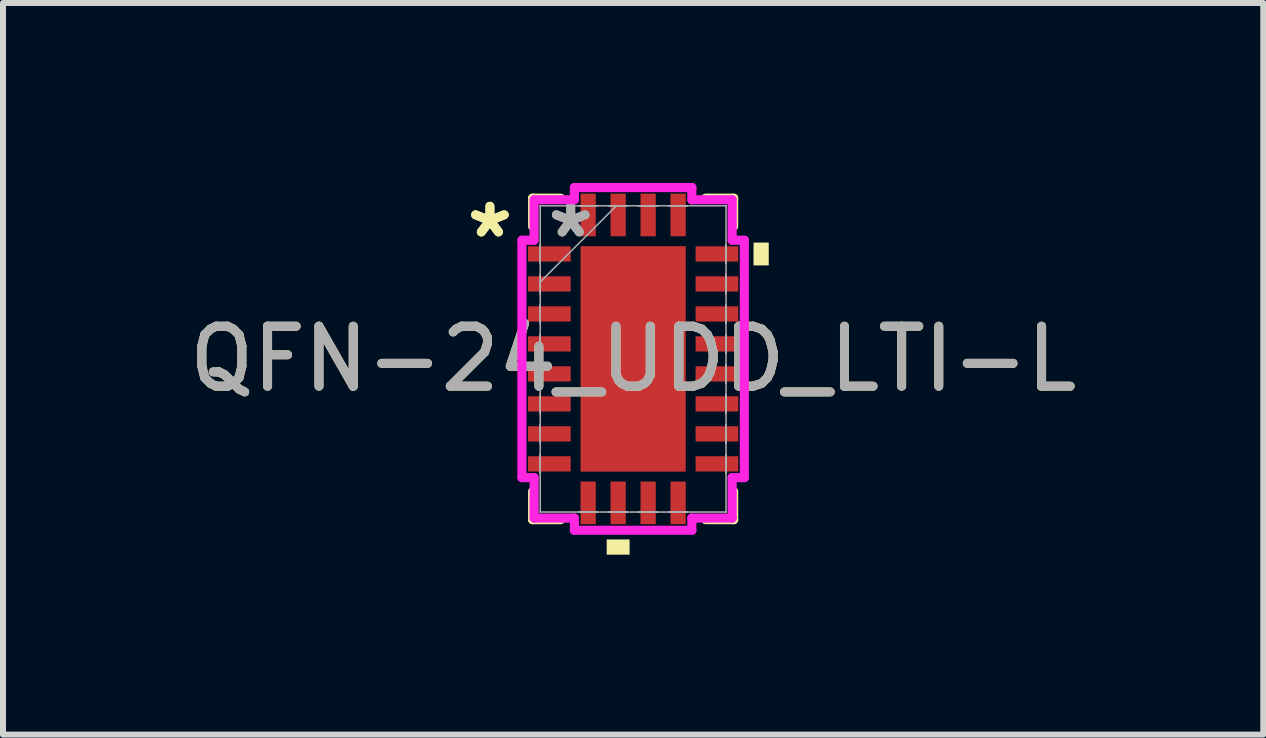
<source format=kicad_pcb>
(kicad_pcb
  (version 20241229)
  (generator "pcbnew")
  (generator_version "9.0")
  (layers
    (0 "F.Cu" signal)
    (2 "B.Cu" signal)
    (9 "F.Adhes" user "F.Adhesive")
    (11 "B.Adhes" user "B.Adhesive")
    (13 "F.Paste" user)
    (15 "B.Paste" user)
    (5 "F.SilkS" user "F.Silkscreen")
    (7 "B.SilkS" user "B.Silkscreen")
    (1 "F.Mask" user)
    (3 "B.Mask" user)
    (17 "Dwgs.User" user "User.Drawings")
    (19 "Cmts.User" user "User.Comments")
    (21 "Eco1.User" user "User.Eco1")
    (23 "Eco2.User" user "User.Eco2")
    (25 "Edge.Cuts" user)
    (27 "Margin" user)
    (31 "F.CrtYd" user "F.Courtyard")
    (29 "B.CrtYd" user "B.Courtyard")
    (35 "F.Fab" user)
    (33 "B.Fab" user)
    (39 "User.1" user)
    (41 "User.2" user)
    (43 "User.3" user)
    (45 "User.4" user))
  (footprint "QFN-24_UDD_LTI-L"
    (layer "F.Cu")
    (at 7.506 2.934)
    (property "Reference" "QFN-24_UDD_LTI-L" (at 0 0 0) (unlocked yes) (layer "F.SilkS") (effects (font (size 1 1) (thickness 0.15))))
    (attr smd)
    (fp_line (start -1.676 -2.68) (end -1.676 -2.21) (stroke (width 0.152) (type solid)) (layer "F.SilkS"))
    (fp_line (start -1.676 2.21) (end -1.676 2.68) (stroke (width 0.152) (type solid)) (layer "F.SilkS"))
    (fp_line (start -1.676 2.68) (end -1.21 2.68) (stroke (width 0.152) (type solid)) (layer "F.SilkS"))
    (fp_line (start -1.21 -2.68) (end -1.676 -2.68) (stroke (width 0.152) (type solid)) (layer "F.SilkS"))
    (fp_line (start 1.21 2.68) (end 1.676 2.68) (stroke (width 0.152) (type solid)) (layer "F.SilkS"))
    (fp_line (start 1.676 -2.68) (end 1.21 -2.68) (stroke (width 0.152) (type solid)) (layer "F.SilkS"))
    (fp_line (start 1.676 -2.21) (end 1.676 -2.68) (stroke (width 0.152) (type solid)) (layer "F.SilkS"))
    (fp_line (start 1.676 2.68) (end 1.676 2.21) (stroke (width 0.152) (type solid)) (layer "F.SilkS"))
    (fp_poly (pts (xy -0.441 3.01) (xy -0.441 3.264) (xy -0.059 3.264) (xy -0.059 3.01)) (stroke (width 0) (type solid)) (fill yes) (layer "F.SilkS"))
    (fp_poly (pts (xy 2.261 -1.94) (xy 2.261 -1.559) (xy 2.007 -1.559) (xy 2.007 -1.94)) (stroke (width 0) (type solid)) (fill yes) (layer "F.SilkS"))
    (fp_poly (pts (xy -0.776 -1.78) (xy -0.776 -0.1) (xy 0.776 -0.1) (xy 0.776 -1.78)) (stroke (width 0) (type solid)) (fill yes) (layer "F.Paste"))
    (fp_poly (pts (xy -0.776 0.1) (xy -0.776 1.78) (xy 0.776 1.78) (xy 0.776 0.1)) (stroke (width 0) (type solid)) (fill yes) (layer "F.Paste"))
    (fp_line (start -1.854 -1.979) (end -1.651 -1.979) (stroke (width 0.152) (type solid)) (layer "F.CrtYd"))
    (fp_line (start -1.854 1.979) (end -1.854 -1.979) (stroke (width 0.152) (type solid)) (layer "F.CrtYd"))
    (fp_line (start -1.651 -2.654) (end -0.979 -2.654) (stroke (width 0.152) (type solid)) (layer "F.CrtYd"))
    (fp_line (start -1.651 -1.979) (end -1.651 -2.654) (stroke (width 0.152) (type solid)) (layer "F.CrtYd"))
    (fp_line (start -1.651 1.979) (end -1.854 1.979) (stroke (width 0.152) (type solid)) (layer "F.CrtYd"))
    (fp_line (start -1.651 2.654) (end -1.651 1.979) (stroke (width 0.152) (type solid)) (layer "F.CrtYd"))
    (fp_line (start -0.979 -2.857) (end 0.979 -2.857) (stroke (width 0.152) (type solid)) (layer "F.CrtYd"))
    (fp_line (start -0.979 -2.654) (end -0.979 -2.857) (stroke (width 0.152) (type solid)) (layer "F.CrtYd"))
    (fp_line (start -0.979 2.654) (end -1.651 2.654) (stroke (width 0.152) (type solid)) (layer "F.CrtYd"))
    (fp_line (start -0.979 2.857) (end -0.979 2.654) (stroke (width 0.152) (type solid)) (layer "F.CrtYd"))
    (fp_line (start 0.979 -2.857) (end 0.979 -2.654) (stroke (width 0.152) (type solid)) (layer "F.CrtYd"))
    (fp_line (start 0.979 -2.654) (end 1.651 -2.654) (stroke (width 0.152) (type solid)) (layer "F.CrtYd"))
    (fp_line (start 0.979 2.654) (end 0.979 2.857) (stroke (width 0.152) (type solid)) (layer "F.CrtYd"))
    (fp_line (start 0.979 2.857) (end -0.979 2.857) (stroke (width 0.152) (type solid)) (layer "F.CrtYd"))
    (fp_line (start 1.651 -2.654) (end 1.651 -1.979) (stroke (width 0.152) (type solid)) (layer "F.CrtYd"))
    (fp_line (start 1.651 -1.979) (end 1.854 -1.979) (stroke (width 0.152) (type solid)) (layer "F.CrtYd"))
    (fp_line (start 1.651 1.979) (end 1.651 2.654) (stroke (width 0.152) (type solid)) (layer "F.CrtYd"))
    (fp_line (start 1.651 2.654) (end 0.979 2.654) (stroke (width 0.152) (type solid)) (layer "F.CrtYd"))
    (fp_line (start 1.854 -1.979) (end 1.854 1.979) (stroke (width 0.152) (type solid)) (layer "F.CrtYd"))
    (fp_line (start 1.854 1.979) (end 1.651 1.979) (stroke (width 0.152) (type solid)) (layer "F.CrtYd"))
    (fp_line (start -1.549 -2.553) (end -1.549 -2.553) (stroke (width 0.025) (type solid)) (layer "F.Fab"))
    (fp_line (start -1.549 -2.553) (end -1.549 2.553) (stroke (width 0.025) (type solid)) (layer "F.Fab"))
    (fp_line (start -1.549 -1.902) (end -1.549 -1.902) (stroke (width 0.025) (type solid)) (layer "F.Fab"))
    (fp_line (start -1.549 -1.902) (end -1.549 -1.598) (stroke (width 0.025) (type solid)) (layer "F.Fab"))
    (fp_line (start -1.549 -1.598) (end -1.549 -1.902) (stroke (width 0.025) (type solid)) (layer "F.Fab"))
    (fp_line (start -1.549 -1.598) (end -1.549 -1.598) (stroke (width 0.025) (type solid)) (layer "F.Fab"))
    (fp_line (start -1.549 -1.402) (end -1.549 -1.402) (stroke (width 0.025) (type solid)) (layer "F.Fab"))
    (fp_line (start -1.549 -1.402) (end -1.549 -1.098) (stroke (width 0.025) (type solid)) (layer "F.Fab"))
    (fp_line (start -1.549 -1.283) (end -0.279 -2.553) (stroke (width 0.025) (type solid)) (layer "F.Fab"))
    (fp_line (start -1.549 -1.098) (end -1.549 -1.402) (stroke (width 0.025) (type solid)) (layer "F.Fab"))
    (fp_line (start -1.549 -1.098) (end -1.549 -1.098) (stroke (width 0.025) (type solid)) (layer "F.Fab"))
    (fp_line (start -1.549 -0.902) (end -1.549 -0.902) (stroke (width 0.025) (type solid)) (layer "F.Fab"))
    (fp_line (start -1.549 -0.902) (end -1.549 -0.598) (stroke (width 0.025) (type solid)) (layer "F.Fab"))
    (fp_line (start -1.549 -0.598) (end -1.549 -0.902) (stroke (width 0.025) (type solid)) (layer "F.Fab"))
    (fp_line (start -1.549 -0.598) (end -1.549 -0.598) (stroke (width 0.025) (type solid)) (layer "F.Fab"))
    (fp_line (start -1.549 -0.402) (end -1.549 -0.402) (stroke (width 0.025) (type solid)) (layer "F.Fab"))
    (fp_line (start -1.549 -0.402) (end -1.549 -0.098) (stroke (width 0.025) (type solid)) (layer "F.Fab"))
    (fp_line (start -1.549 -0.098) (end -1.549 -0.402) (stroke (width 0.025) (type solid)) (layer "F.Fab"))
    (fp_line (start -1.549 -0.098) (end -1.549 -0.098) (stroke (width 0.025) (type solid)) (layer "F.Fab"))
    (fp_line (start -1.549 0.098) (end -1.549 0.098) (stroke (width 0.025) (type solid)) (layer "F.Fab"))
    (fp_line (start -1.549 0.098) (end -1.549 0.402) (stroke (width 0.025) (type solid)) (layer "F.Fab"))
    (fp_line (start -1.549 0.402) (end -1.549 0.098) (stroke (width 0.025) (type solid)) (layer "F.Fab"))
    (fp_line (start -1.549 0.402) (end -1.549 0.402) (stroke (width 0.025) (type solid)) (layer "F.Fab"))
    (fp_line (start -1.549 0.598) (end -1.549 0.598) (stroke (width 0.025) (type solid)) (layer "F.Fab"))
    (fp_line (start -1.549 0.598) (end -1.549 0.902) (stroke (width 0.025) (type solid)) (layer "F.Fab"))
    (fp_line (start -1.549 0.902) (end -1.549 0.598) (stroke (width 0.025) (type solid)) (layer "F.Fab"))
    (fp_line (start -1.549 0.902) (end -1.549 0.902) (stroke (width 0.025) (type solid)) (layer "F.Fab"))
    (fp_line (start -1.549 1.098) (end -1.549 1.098) (stroke (width 0.025) (type solid)) (layer "F.Fab"))
    (fp_line (start -1.549 1.098) (end -1.549 1.402) (stroke (width 0.025) (type solid)) (layer "F.Fab"))
    (fp_line (start -1.549 1.402) (end -1.549 1.098) (stroke (width 0.025) (type solid)) (layer "F.Fab"))
    (fp_line (start -1.549 1.402) (end -1.549 1.402) (stroke (width 0.025) (type solid)) (layer "F.Fab"))
    (fp_line (start -1.549 1.598) (end -1.549 1.598) (stroke (width 0.025) (type solid)) (layer "F.Fab"))
    (fp_line (start -1.549 1.598) (end -1.549 1.902) (stroke (width 0.025) (type solid)) (layer "F.Fab"))
    (fp_line (start -1.549 1.902) (end -1.549 1.598) (stroke (width 0.025) (type solid)) (layer "F.Fab"))
    (fp_line (start -1.549 1.902) (end -1.549 1.902) (stroke (width 0.025) (type solid)) (layer "F.Fab"))
    (fp_line (start -1.549 2.553) (end -1.549 2.553) (stroke (width 0.025) (type solid)) (layer "F.Fab"))
    (fp_line (start -1.549 2.553) (end 1.549 2.553) (stroke (width 0.025) (type solid)) (layer "F.Fab"))
    (fp_line (start -0.902 -2.553) (end -0.902 -2.553) (stroke (width 0.025) (type solid)) (layer "F.Fab"))
    (fp_line (start -0.902 -2.553) (end -0.598 -2.553) (stroke (width 0.025) (type solid)) (layer "F.Fab"))
    (fp_line (start -0.902 2.553) (end -0.902 2.553) (stroke (width 0.025) (type solid)) (layer "F.Fab"))
    (fp_line (start -0.902 2.553) (end -0.598 2.553) (stroke (width 0.025) (type solid)) (layer "F.Fab"))
    (fp_line (start -0.598 -2.553) (end -0.902 -2.553) (stroke (width 0.025) (type solid)) (layer "F.Fab"))
    (fp_line (start -0.598 -2.553) (end -0.598 -2.553) (stroke (width 0.025) (type solid)) (layer "F.Fab"))
    (fp_line (start -0.598 2.553) (end -0.902 2.553) (stroke (width 0.025) (type solid)) (layer "F.Fab"))
    (fp_line (start -0.598 2.553) (end -0.598 2.553) (stroke (width 0.025) (type solid)) (layer "F.Fab"))
    (fp_line (start -0.402 -2.553) (end -0.402 -2.553) (stroke (width 0.025) (type solid)) (layer "F.Fab"))
    (fp_line (start -0.402 -2.553) (end -0.098 -2.553) (stroke (width 0.025) (type solid)) (layer "F.Fab"))
    (fp_line (start -0.402 2.553) (end -0.402 2.553) (stroke (width 0.025) (type solid)) (layer "F.Fab"))
    (fp_line (start -0.402 2.553) (end -0.098 2.553) (stroke (width 0.025) (type solid)) (layer "F.Fab"))
    (fp_line (start -0.098 -2.553) (end -0.402 -2.553) (stroke (width 0.025) (type solid)) (layer "F.Fab"))
    (fp_line (start -0.098 -2.553) (end -0.098 -2.553) (stroke (width 0.025) (type solid)) (layer "F.Fab"))
    (fp_line (start -0.098 2.553) (end -0.402 2.553) (stroke (width 0.025) (type solid)) (layer "F.Fab"))
    (fp_line (start -0.098 2.553) (end -0.098 2.553) (stroke (width 0.025) (type solid)) (layer "F.Fab"))
    (fp_line (start 0.098 -2.553) (end 0.098 -2.553) (stroke (width 0.025) (type solid)) (layer "F.Fab"))
    (fp_line (start 0.098 -2.553) (end 0.402 -2.553) (stroke (width 0.025) (type solid)) (layer "F.Fab"))
    (fp_line (start 0.098 2.553) (end 0.098 2.553) (stroke (width 0.025) (type solid)) (layer "F.Fab"))
    (fp_line (start 0.098 2.553) (end 0.402 2.553) (stroke (width 0.025) (type solid)) (layer "F.Fab"))
    (fp_line (start 0.402 -2.553) (end 0.098 -2.553) (stroke (width 0.025) (type solid)) (layer "F.Fab"))
    (fp_line (start 0.402 -2.553) (end 0.402 -2.553) (stroke (width 0.025) (type solid)) (layer "F.Fab"))
    (fp_line (start 0.402 2.553) (end 0.098 2.553) (stroke (width 0.025) (type solid)) (layer "F.Fab"))
    (fp_line (start 0.402 2.553) (end 0.402 2.553) (stroke (width 0.025) (type solid)) (layer "F.Fab"))
    (fp_line (start 0.598 -2.553) (end 0.598 -2.553) (stroke (width 0.025) (type solid)) (layer "F.Fab"))
    (fp_line (start 0.598 -2.553) (end 0.902 -2.553) (stroke (width 0.025) (type solid)) (layer "F.Fab"))
    (fp_line (start 0.598 2.553) (end 0.598 2.553) (stroke (width 0.025) (type solid)) (layer "F.Fab"))
    (fp_line (start 0.598 2.553) (end 0.902 2.553) (stroke (width 0.025) (type solid)) (layer "F.Fab"))
    (fp_line (start 0.902 -2.553) (end 0.598 -2.553) (stroke (width 0.025) (type solid)) (layer "F.Fab"))
    (fp_line (start 0.902 -2.553) (end 0.902 -2.553) (stroke (width 0.025) (type solid)) (layer "F.Fab"))
    (fp_line (start 0.902 2.553) (end 0.598 2.553) (stroke (width 0.025) (type solid)) (layer "F.Fab"))
    (fp_line (start 0.902 2.553) (end 0.902 2.553) (stroke (width 0.025) (type solid)) (layer "F.Fab"))
    (fp_line (start 1.549 -2.553) (end -1.549 -2.553) (stroke (width 0.025) (type solid)) (layer "F.Fab"))
    (fp_line (start 1.549 -2.553) (end 1.549 -2.553) (stroke (width 0.025) (type solid)) (layer "F.Fab"))
    (fp_line (start 1.549 -1.902) (end 1.549 -1.902) (stroke (width 0.025) (type solid)) (layer "F.Fab"))
    (fp_line (start 1.549 -1.902) (end 1.549 -1.598) (stroke (width 0.025) (type solid)) (layer "F.Fab"))
    (fp_line (start 1.549 -1.598) (end 1.549 -1.902) (stroke (width 0.025) (type solid)) (layer "F.Fab"))
    (fp_line (start 1.549 -1.598) (end 1.549 -1.598) (stroke (width 0.025) (type solid)) (layer "F.Fab"))
    (fp_line (start 1.549 -1.402) (end 1.549 -1.402) (stroke (width 0.025) (type solid)) (layer "F.Fab"))
    (fp_line (start 1.549 -1.402) (end 1.549 -1.098) (stroke (width 0.025) (type solid)) (layer "F.Fab"))
    (fp_line (start 1.549 -1.098) (end 1.549 -1.402) (stroke (width 0.025) (type solid)) (layer "F.Fab"))
    (fp_line (start 1.549 -1.098) (end 1.549 -1.098) (stroke (width 0.025) (type solid)) (layer "F.Fab"))
    (fp_line (start 1.549 -0.902) (end 1.549 -0.902) (stroke (width 0.025) (type solid)) (layer "F.Fab"))
    (fp_line (start 1.549 -0.902) (end 1.549 -0.598) (stroke (width 0.025) (type solid)) (layer "F.Fab"))
    (fp_line (start 1.549 -0.598) (end 1.549 -0.902) (stroke (width 0.025) (type solid)) (layer "F.Fab"))
    (fp_line (start 1.549 -0.598) (end 1.549 -0.598) (stroke (width 0.025) (type solid)) (layer "F.Fab"))
    (fp_line (start 1.549 -0.402) (end 1.549 -0.402) (stroke (width 0.025) (type solid)) (layer "F.Fab"))
    (fp_line (start 1.549 -0.402) (end 1.549 -0.098) (stroke (width 0.025) (type solid)) (layer "F.Fab"))
    (fp_line (start 1.549 -0.098) (end 1.549 -0.402) (stroke (width 0.025) (type solid)) (layer "F.Fab"))
    (fp_line (start 1.549 -0.098) (end 1.549 -0.098) (stroke (width 0.025) (type solid)) (layer "F.Fab"))
    (fp_line (start 1.549 0.098) (end 1.549 0.098) (stroke (width 0.025) (type solid)) (layer "F.Fab"))
    (fp_line (start 1.549 0.098) (end 1.549 0.402) (stroke (width 0.025) (type solid)) (layer "F.Fab"))
    (fp_line (start 1.549 0.402) (end 1.549 0.098) (stroke (width 0.025) (type solid)) (layer "F.Fab"))
    (fp_line (start 1.549 0.402) (end 1.549 0.402) (stroke (width 0.025) (type solid)) (layer "F.Fab"))
    (fp_line (start 1.549 0.598) (end 1.549 0.598) (stroke (width 0.025) (type solid)) (layer "F.Fab"))
    (fp_line (start 1.549 0.598) (end 1.549 0.902) (stroke (width 0.025) (type solid)) (layer "F.Fab"))
    (fp_line (start 1.549 0.902) (end 1.549 0.598) (stroke (width 0.025) (type solid)) (layer "F.Fab"))
    (fp_line (start 1.549 0.902) (end 1.549 0.902) (stroke (width 0.025) (type solid)) (layer "F.Fab"))
    (fp_line (start 1.549 1.098) (end 1.549 1.098) (stroke (width 0.025) (type solid)) (layer "F.Fab"))
    (fp_line (start 1.549 1.098) (end 1.549 1.402) (stroke (width 0.025) (type solid)) (layer "F.Fab"))
    (fp_line (start 1.549 1.402) (end 1.549 1.098) (stroke (width 0.025) (type solid)) (layer "F.Fab"))
    (fp_line (start 1.549 1.402) (end 1.549 1.402) (stroke (width 0.025) (type solid)) (layer "F.Fab"))
    (fp_line (start 1.549 1.598) (end 1.549 1.598) (stroke (width 0.025) (type solid)) (layer "F.Fab"))
    (fp_line (start 1.549 1.598) (end 1.549 1.902) (stroke (width 0.025) (type solid)) (layer "F.Fab"))
    (fp_line (start 1.549 1.902) (end 1.549 1.598) (stroke (width 0.025) (type solid)) (layer "F.Fab"))
    (fp_line (start 1.549 1.902) (end 1.549 1.902) (stroke (width 0.025) (type solid)) (layer "F.Fab"))
    (fp_line (start 1.549 2.553) (end 1.549 -2.553) (stroke (width 0.025) (type solid)) (layer "F.Fab"))
    (fp_line (start 1.549 2.553) (end 1.549 2.553) (stroke (width 0.025) (type solid)) (layer "F.Fab"))
    (fp_text user "*" (at -2.388 -2 0) (layer "F.SilkS") (effects (font (size 1 1) (thickness 0.15))))
    (fp_text user "*" (at -2.388 -2 0) (unlocked yes) (layer "F.SilkS") (effects (font (size 1 1) (thickness 0.15))))
    (fp_text user "*" (at -1.041 -2 0) (unlocked yes) (layer "F.Fab") (effects (font (size 1 1) (thickness 0.15))))
    (fp_text user "${REFERENCE}" (at 0 0 0) (unlocked yes) (layer "F.Fab") (effects (font (size 1 1) (thickness 0.15))))
    (fp_text user "*" (at -1.041 -2 0) (layer "F.Fab") (effects (font (size 1 1) (thickness 0.15))))
    (pad "1" smd rect (at -1.397 -1.75 90) (size 0.254 0.711) (layers "F.Cu" "F.Mask" "F.Paste"))
    (pad "2" smd rect (at -1.397 -1.25 90) (size 0.254 0.711) (layers "F.Cu" "F.Mask" "F.Paste"))
    (pad "3" smd rect (at -1.397 -0.75 90) (size 0.254 0.711) (layers "F.Cu" "F.Mask" "F.Paste"))
    (pad "4" smd rect (at -1.397 -0.25 90) (size 0.254 0.711) (layers "F.Cu" "F.Mask" "F.Paste"))
    (pad "5" smd rect (at -1.397 0.25 90) (size 0.254 0.711) (layers "F.Cu" "F.Mask" "F.Paste"))
    (pad "6" smd rect (at -1.397 0.75 90) (size 0.254 0.711) (layers "F.Cu" "F.Mask" "F.Paste"))
    (pad "7" smd rect (at -1.397 1.25 90) (size 0.254 0.711) (layers "F.Cu" "F.Mask" "F.Paste"))
    (pad "8" smd rect (at -1.397 1.75 90) (size 0.254 0.711) (layers "F.Cu" "F.Mask" "F.Paste"))
    (pad "9" smd rect (at -0.75 2.4) (size 0.254 0.711) (layers "F.Cu" "F.Mask" "F.Paste"))
    (pad "10" smd rect (at -0.25 2.4) (size 0.254 0.711) (layers "F.Cu" "F.Mask" "F.Paste"))
    (pad "11" smd rect (at 0.25 2.4) (size 0.254 0.711) (layers "F.Cu" "F.Mask" "F.Paste"))
    (pad "12" smd rect (at 0.75 2.4) (size 0.254 0.711) (layers "F.Cu" "F.Mask" "F.Paste"))
    (pad "13" smd rect (at 1.397 1.75 90) (size 0.254 0.711) (layers "F.Cu" "F.Mask" "F.Paste"))
    (pad "14" smd rect (at 1.397 1.25 90) (size 0.254 0.711) (layers "F.Cu" "F.Mask" "F.Paste"))
    (pad "15" smd rect (at 1.397 0.75 90) (size 0.254 0.711) (layers "F.Cu" "F.Mask" "F.Paste"))
    (pad "16" smd rect (at 1.397 0.25 90) (size 0.254 0.711) (layers "F.Cu" "F.Mask" "F.Paste"))
    (pad "17" smd rect (at 1.397 -0.25 90) (size 0.254 0.711) (layers "F.Cu" "F.Mask" "F.Paste"))
    (pad "18" smd rect (at 1.397 -0.75 90) (size 0.254 0.711) (layers "F.Cu" "F.Mask" "F.Paste"))
    (pad "19" smd rect (at 1.397 -1.25 90) (size 0.254 0.711) (layers "F.Cu" "F.Mask" "F.Paste"))
    (pad "20" smd rect (at 1.397 -1.75 90) (size 0.254 0.711) (layers "F.Cu" "F.Mask" "F.Paste"))
    (pad "21" smd rect (at 0.75 -2.4) (size 0.254 0.711) (layers "F.Cu" "F.Mask" "F.Paste"))
    (pad "22" smd rect (at 0.25 -2.4) (size 0.254 0.711) (layers "F.Cu" "F.Mask" "F.Paste"))
    (pad "23" smd rect (at -0.25 -2.4) (size 0.254 0.711) (layers "F.Cu" "F.Mask" "F.Paste"))
    (pad "24" smd rect (at -0.75 -2.4) (size 0.254 0.711) (layers "F.Cu" "F.Mask" "F.Paste"))
    (pad "25" smd rect (at 0 0) (size 1.753 3.759) (layers "F.Cu" "F.Mask" "F.Paste")))
  (gr_rect
    (start -3 -3)
    (end 18.012 9.198)
    (stroke (width 0.1) (type default))
    (fill no)
    (layer "Edge.Cuts")))
</source>
